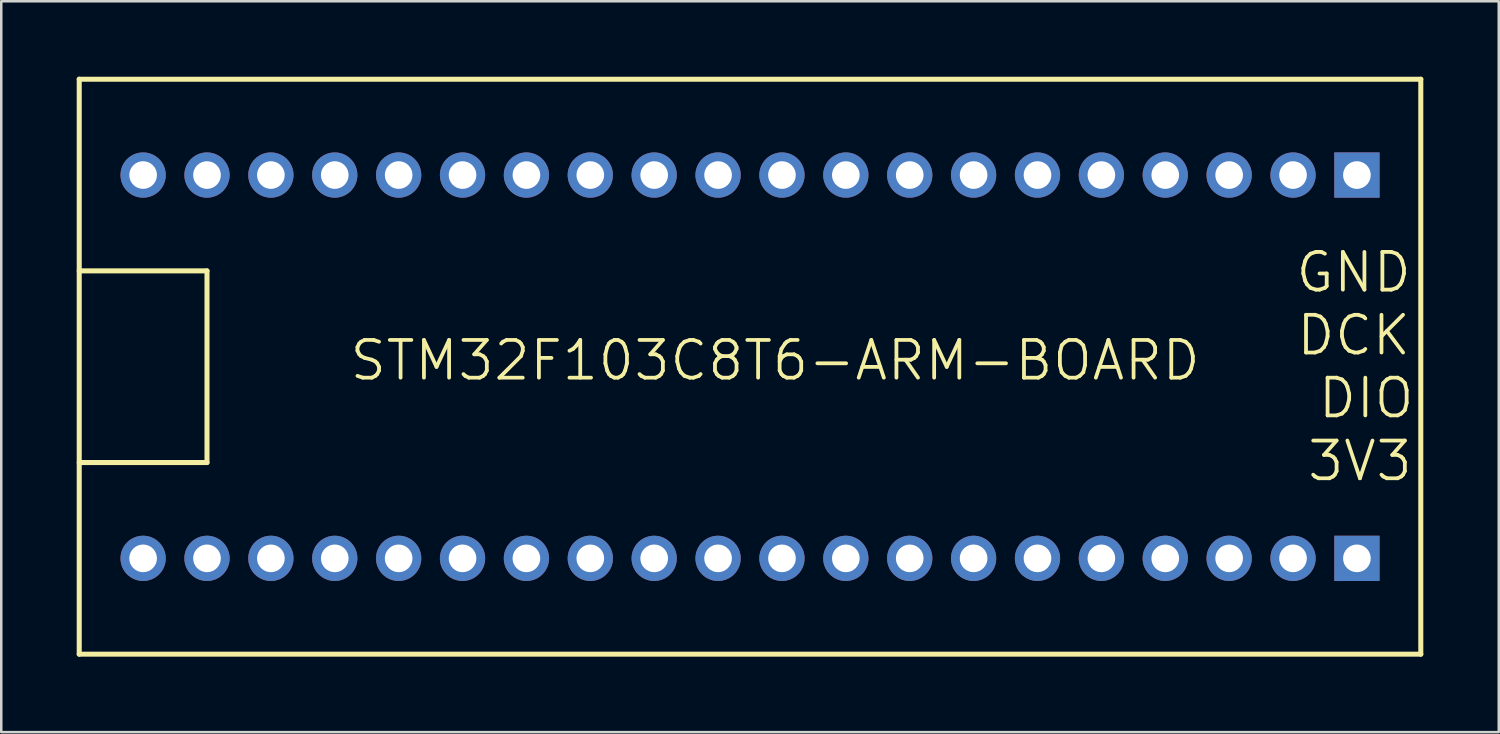
<source format=kicad_pcb>
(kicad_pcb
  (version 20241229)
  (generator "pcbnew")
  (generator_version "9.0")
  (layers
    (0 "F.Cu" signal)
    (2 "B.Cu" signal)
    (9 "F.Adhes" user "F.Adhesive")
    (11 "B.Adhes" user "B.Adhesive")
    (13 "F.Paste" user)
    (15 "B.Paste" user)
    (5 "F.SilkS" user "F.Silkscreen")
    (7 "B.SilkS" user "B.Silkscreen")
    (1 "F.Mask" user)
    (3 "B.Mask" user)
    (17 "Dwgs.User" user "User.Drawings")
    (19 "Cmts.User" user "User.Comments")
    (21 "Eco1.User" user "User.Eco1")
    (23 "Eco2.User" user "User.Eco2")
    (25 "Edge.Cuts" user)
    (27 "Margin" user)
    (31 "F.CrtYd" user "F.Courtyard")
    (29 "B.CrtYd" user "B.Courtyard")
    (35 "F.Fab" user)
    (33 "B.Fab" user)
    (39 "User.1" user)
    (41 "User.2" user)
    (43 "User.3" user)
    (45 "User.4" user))
  (footprint "STM32F103C8T6-ARM-BOARD"
    (layer "F.Cu")
    (at 26.77 11.53)
    (property "Reference" "STM32F103C8T6-ARM-BOARD" (at 1 -0.25 180) (layer "F.SilkS") (effects (font (size 1.5 1.5) (thickness 0.15))))
    (attr through_hole)
    (fp_line (start -26.67 -11.43) (end 26.67 -11.43) (stroke (width 0.2) (type solid)) (layer "F.SilkS"))
    (fp_line (start -26.67 -3.81) (end -21.59 -3.81) (stroke (width 0.2) (type solid)) (layer "F.SilkS"))
    (fp_line (start -26.67 11.43) (end -26.67 -11.43) (stroke (width 0.2) (type solid)) (layer "F.SilkS"))
    (fp_line (start -21.59 -3.81) (end -21.59 3.81) (stroke (width 0.2) (type solid)) (layer "F.SilkS"))
    (fp_line (start -21.59 3.81) (end -26.67 3.81) (stroke (width 0.2) (type solid)) (layer "F.SilkS"))
    (fp_line (start 26.67 -11.43) (end 26.67 11.43) (stroke (width 0.2) (type solid)) (layer "F.SilkS"))
    (fp_line (start 26.67 11.43) (end -26.67 11.43) (stroke (width 0.2) (type solid)) (layer "F.SilkS"))
    (fp_text user "3V3" (at 24.25 3.75 0) (layer "F.SilkS") (effects (font (size 1.5 1.5) (thickness 0.15))))
    (fp_text user "DCK" (at 24 -1.25 0) (layer "F.SilkS") (effects (font (size 1.5 1.5) (thickness 0.15))))
    (fp_text user "GND" (at 24 -3.75 0) (layer "F.SilkS") (effects (font (size 1.5 1.5) (thickness 0.15))))
    (fp_text user "DIO" (at 24.5 1.25 0) (layer "F.SilkS") (effects (font (size 1.5 1.5) (thickness 0.15))))
    (pad "1" thru_hole rect (at 24.13 -7.62 180) (size 1.8 1.8) (drill 1.1) (layers "*.Cu" "*.Mask"))
    (pad "2" thru_hole circle (at 21.59 -7.62 180) (size 1.8 1.8) (drill 1.1) (layers "*.Cu" "*.Mask"))
    (pad "3" thru_hole circle (at 19.05 -7.62 180) (size 1.8 1.8) (drill 1.1) (layers "*.Cu" "*.Mask"))
    (pad "4" thru_hole circle (at 16.51 -7.62 180) (size 1.8 1.8) (drill 1.1) (layers "*.Cu" "*.Mask"))
    (pad "5" thru_hole circle (at 13.97 -7.62 180) (size 1.8 1.8) (drill 1.1) (layers "*.Cu" "*.Mask"))
    (pad "6" thru_hole circle (at 11.43 -7.62 180) (size 1.8 1.8) (drill 1.1) (layers "*.Cu" "*.Mask"))
    (pad "7" thru_hole circle (at 8.89 -7.62 180) (size 1.8 1.8) (drill 1.1) (layers "*.Cu" "*.Mask"))
    (pad "8" thru_hole circle (at 6.35 -7.62 180) (size 1.8 1.8) (drill 1.1) (layers "*.Cu" "*.Mask"))
    (pad "9" thru_hole circle (at 3.81 -7.62 180) (size 1.8 1.8) (drill 1.1) (layers "*.Cu" "*.Mask"))
    (pad "10" thru_hole circle (at 1.27 -7.62 180) (size 1.8 1.8) (drill 1.1) (layers "*.Cu" "*.Mask"))
    (pad "11" thru_hole circle (at -1.27 -7.62 180) (size 1.8 1.8) (drill 1.1) (layers "*.Cu" "*.Mask"))
    (pad "12" thru_hole circle (at -3.81 -7.62 180) (size 1.8 1.8) (drill 1.1) (layers "*.Cu" "*.Mask"))
    (pad "13" thru_hole circle (at -6.35 -7.62 180) (size 1.8 1.8) (drill 1.1) (layers "*.Cu" "*.Mask"))
    (pad "14" thru_hole circle (at -8.89 -7.62 180) (size 1.8 1.8) (drill 1.1) (layers "*.Cu" "*.Mask"))
    (pad "15" thru_hole circle (at -11.43 -7.62 180) (size 1.8 1.8) (drill 1.1) (layers "*.Cu" "*.Mask"))
    (pad "16" thru_hole circle (at -13.97 -7.62 180) (size 1.8 1.8) (drill 1.1) (layers "*.Cu" "*.Mask"))
    (pad "17" thru_hole circle (at -16.51 -7.62 180) (size 1.8 1.8) (drill 1.1) (layers "*.Cu" "*.Mask"))
    (pad "18" thru_hole circle (at -19.05 -7.62 180) (size 1.8 1.8) (drill 1.1) (layers "*.Cu" "*.Mask"))
    (pad "19" thru_hole circle (at -21.59 -7.62 180) (size 1.8 1.8) (drill 1.1) (layers "*.Cu" "*.Mask"))
    (pad "20" thru_hole circle (at -24.13 -7.62 180) (size 1.8 1.8) (drill 1.1) (layers "*.Cu" "*.Mask"))
    (pad "21" thru_hole rect (at 24.13 7.62 180) (size 1.8 1.8) (drill 1.1) (layers "*.Cu" "*.Mask"))
    (pad "22" thru_hole circle (at 21.59 7.62 180) (size 1.8 1.8) (drill 1.1) (layers "*.Cu" "*.Mask"))
    (pad "23" thru_hole circle (at 19.05 7.62 180) (size 1.8 1.8) (drill 1.1) (layers "*.Cu" "*.Mask"))
    (pad "24" thru_hole circle (at 16.51 7.62 180) (size 1.8 1.8) (drill 1.1) (layers "*.Cu" "*.Mask"))
    (pad "25" thru_hole circle (at 13.97 7.62 180) (size 1.8 1.8) (drill 1.1) (layers "*.Cu" "*.Mask"))
    (pad "26" thru_hole circle (at 11.43 7.62 180) (size 1.8 1.8) (drill 1.1) (layers "*.Cu" "*.Mask"))
    (pad "27" thru_hole circle (at 8.89 7.62 180) (size 1.8 1.8) (drill 1.1) (layers "*.Cu" "*.Mask"))
    (pad "28" thru_hole circle (at 6.35 7.62 180) (size 1.8 1.8) (drill 1.1) (layers "*.Cu" "*.Mask"))
    (pad "29" thru_hole circle (at 3.81 7.62 180) (size 1.8 1.8) (drill 1.1) (layers "*.Cu" "*.Mask"))
    (pad "30" thru_hole circle (at 1.27 7.62 180) (size 1.8 1.8) (drill 1.1) (layers "*.Cu" "*.Mask"))
    (pad "31" thru_hole circle (at -1.27 7.62 180) (size 1.8 1.8) (drill 1.1) (layers "*.Cu" "*.Mask"))
    (pad "32" thru_hole circle (at -3.81 7.62 180) (size 1.8 1.8) (drill 1.1) (layers "*.Cu" "*.Mask"))
    (pad "33" thru_hole circle (at -6.35 7.62 180) (size 1.8 1.8) (drill 1.1) (layers "*.Cu" "*.Mask"))
    (pad "34" thru_hole circle (at -8.89 7.62 180) (size 1.8 1.8) (drill 1.1) (layers "*.Cu" "*.Mask"))
    (pad "35" thru_hole circle (at -11.43 7.62 180) (size 1.8 1.8) (drill 1.1) (layers "*.Cu" "*.Mask"))
    (pad "36" thru_hole circle (at -13.97 7.62 180) (size 1.8 1.8) (drill 1.1) (layers "*.Cu" "*.Mask"))
    (pad "37" thru_hole circle (at -16.51 7.62 180) (size 1.8 1.8) (drill 1.1) (layers "*.Cu" "*.Mask"))
    (pad "38" thru_hole circle (at -19.05 7.62 180) (size 1.8 1.8) (drill 1.1) (layers "*.Cu" "*.Mask"))
    (pad "39" thru_hole circle (at -21.59 7.62 180) (size 1.8 1.8) (drill 1.1) (layers "*.Cu" "*.Mask"))
    (pad "40" thru_hole circle (at -24.13 7.62 180) (size 1.8 1.8) (drill 1.1) (layers "*.Cu" "*.Mask")))
  (gr_rect
    (start -3 -3)
    (end 56.54 26.06)
    (stroke (width 0.1) (type default))
    (fill no)
    (layer "Edge.Cuts")))
</source>
